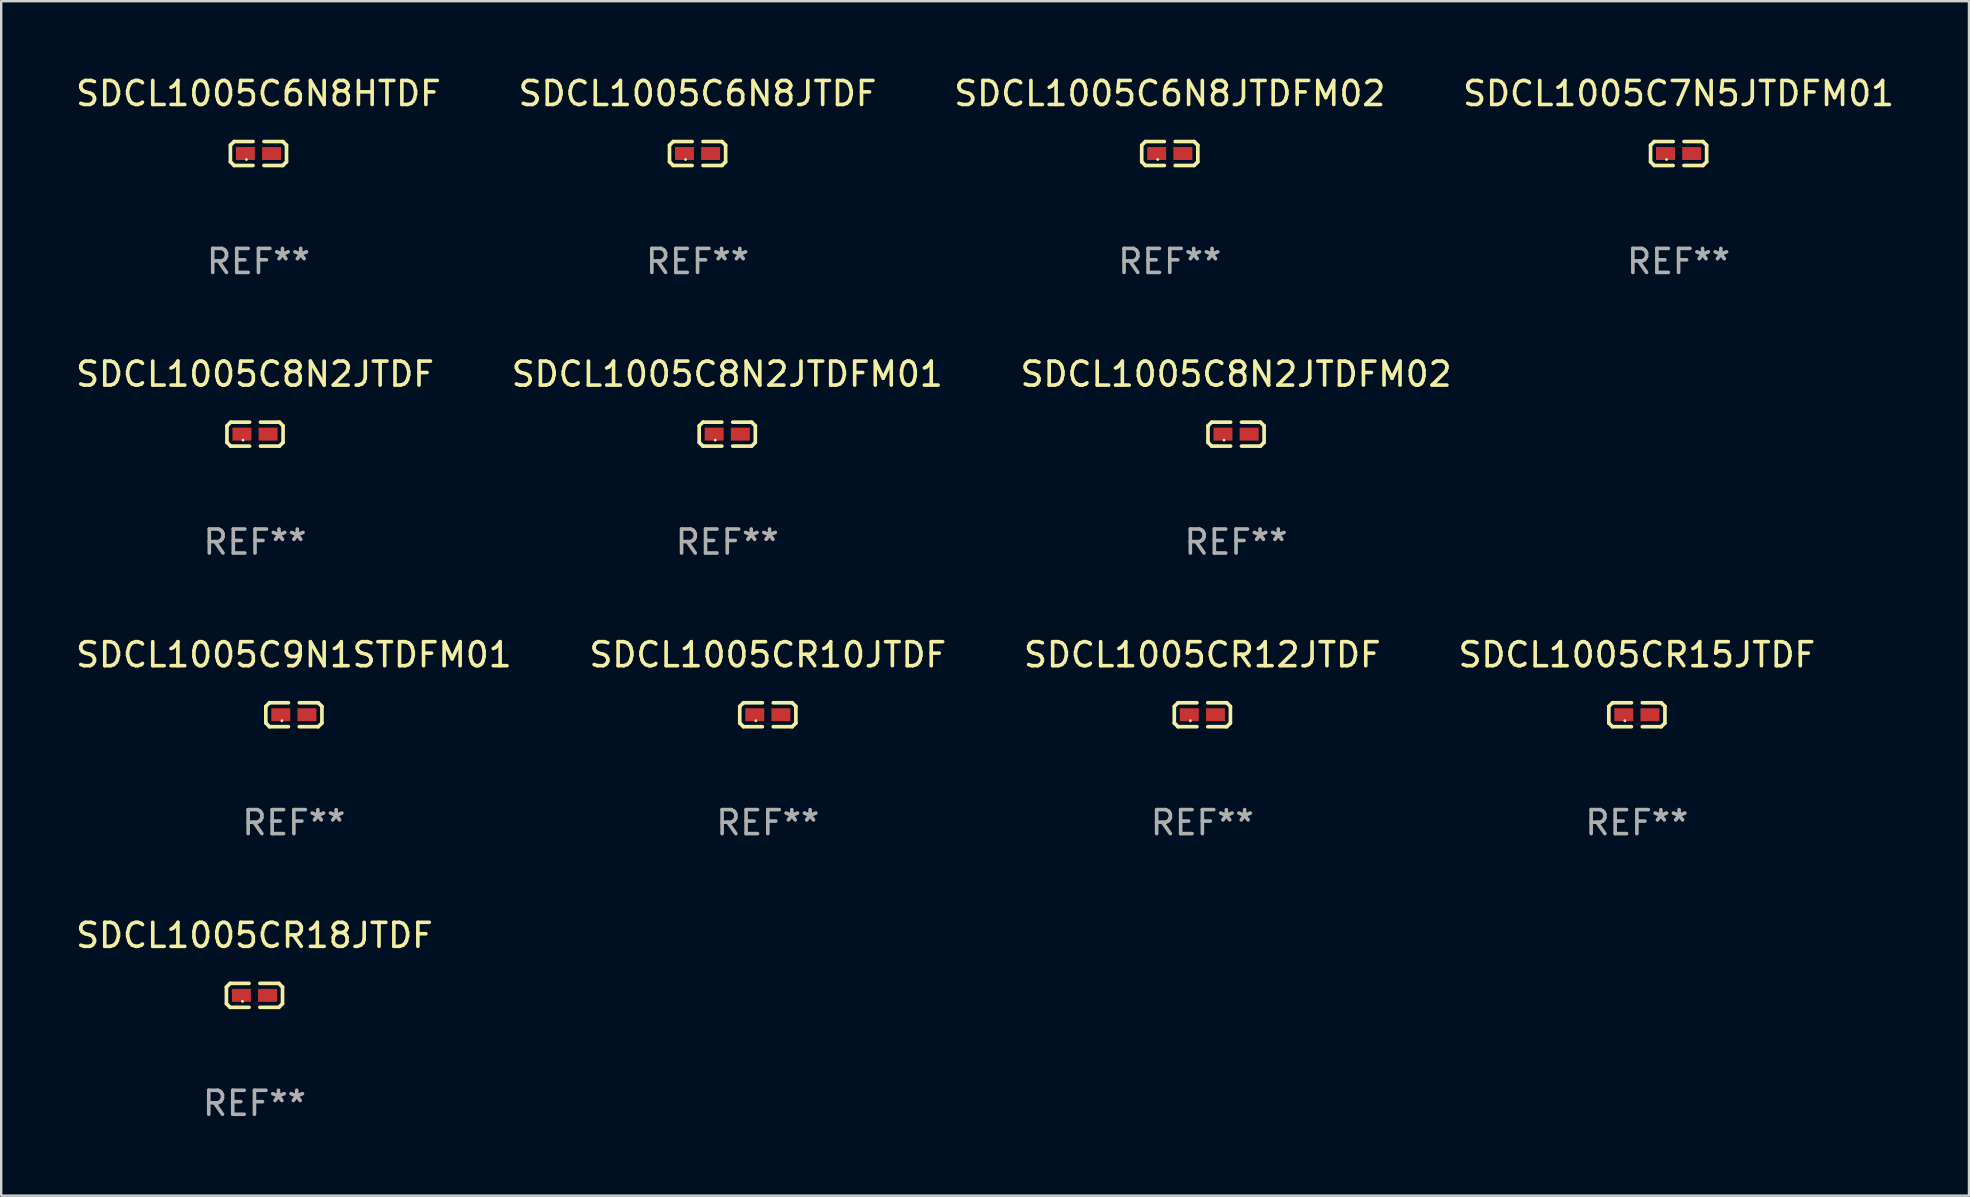
<source format=kicad_pcb>
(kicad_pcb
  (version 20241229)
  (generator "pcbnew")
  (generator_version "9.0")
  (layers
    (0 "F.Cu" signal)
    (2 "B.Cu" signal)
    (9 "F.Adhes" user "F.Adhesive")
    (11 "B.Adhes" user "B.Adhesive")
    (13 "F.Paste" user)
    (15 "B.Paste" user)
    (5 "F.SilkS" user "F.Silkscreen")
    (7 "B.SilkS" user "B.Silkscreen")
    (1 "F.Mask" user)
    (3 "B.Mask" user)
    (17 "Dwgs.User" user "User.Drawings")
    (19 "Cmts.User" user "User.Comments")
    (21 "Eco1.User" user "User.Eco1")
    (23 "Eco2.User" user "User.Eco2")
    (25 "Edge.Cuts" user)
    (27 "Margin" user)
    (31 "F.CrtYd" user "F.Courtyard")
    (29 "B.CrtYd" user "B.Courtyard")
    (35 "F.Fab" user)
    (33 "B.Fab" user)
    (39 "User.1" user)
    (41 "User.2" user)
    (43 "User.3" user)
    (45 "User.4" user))
  (footprint "SDCL1005CR12JTDF"
    (layer "F.Cu")
    (at 47.054 26.734)
    (property "Reference" "SDCL1005CR12JTDF" (at 0 -2.499 0) (layer "F.SilkS") (effects (font (size 1 1) (thickness 0.15))))
    (attr through_hole)
    (fp_line (start -1.169 -0.346) (end -1.016 -0.499) (stroke (width 0.152) (type solid)) (layer "F.SilkS"))
    (fp_line (start -1.169 0.346) (end -1.169 -0.346) (stroke (width 0.152) (type solid)) (layer "F.SilkS"))
    (fp_line (start -1.016 -0.499) (end -0.226 -0.499) (stroke (width 0.152) (type solid)) (layer "F.SilkS"))
    (fp_line (start -1.016 0.499) (end -1.169 0.346) (stroke (width 0.152) (type solid)) (layer "F.SilkS"))
    (fp_line (start -0.226 0.499) (end -1.016 0.499) (stroke (width 0.152) (type solid)) (layer "F.SilkS"))
    (fp_line (start 0.226 0.499) (end 1.016 0.499) (stroke (width 0.152) (type solid)) (layer "F.SilkS"))
    (fp_line (start 1.016 -0.499) (end 0.226 -0.499) (stroke (width 0.152) (type solid)) (layer "F.SilkS"))
    (fp_line (start 1.016 0.499) (end 1.169 0.346) (stroke (width 0.152) (type solid)) (layer "F.SilkS"))
    (fp_line (start 1.169 -0.346) (end 1.016 -0.499) (stroke (width 0.152) (type solid)) (layer "F.SilkS"))
    (fp_line (start 1.169 0.346) (end 1.169 -0.346) (stroke (width 0.152) (type solid)) (layer "F.SilkS"))
    (fp_circle (center -0.5 0.25) (end -0.47 0.25) (stroke (width 0.06) (type solid)) (fill no) (layer "F.SilkS"))
    (fp_text user "REF**" (at 0 4.499 0) (layer "F.Fab") (effects (font (size 1 1) (thickness 0.15))))
    (pad "1" smd rect (at -0.545 0) (size 0.79 0.54) (layers "F.Cu" "F.Mask" "F.Paste"))
    (pad "2" smd rect (at 0.545 0) (size 0.79 0.54) (layers "F.Cu" "F.Mask" "F.Paste")))
  (footprint "SDCL1005CR18JTDF"
    (layer "F.Cu")
    (at 7.554 38.428)
    (property "Reference" "SDCL1005CR18JTDF" (at 0 -2.499 0) (layer "F.SilkS") (effects (font (size 1 1) (thickness 0.15))))
    (attr through_hole)
    (fp_line (start -1.169 -0.346) (end -1.016 -0.499) (stroke (width 0.152) (type solid)) (layer "F.SilkS"))
    (fp_line (start -1.169 0.346) (end -1.169 -0.346) (stroke (width 0.152) (type solid)) (layer "F.SilkS"))
    (fp_line (start -1.016 -0.499) (end -0.226 -0.499) (stroke (width 0.152) (type solid)) (layer "F.SilkS"))
    (fp_line (start -1.016 0.499) (end -1.169 0.346) (stroke (width 0.152) (type solid)) (layer "F.SilkS"))
    (fp_line (start -0.226 0.499) (end -1.016 0.499) (stroke (width 0.152) (type solid)) (layer "F.SilkS"))
    (fp_line (start 0.226 0.499) (end 1.016 0.499) (stroke (width 0.152) (type solid)) (layer "F.SilkS"))
    (fp_line (start 1.016 -0.499) (end 0.226 -0.499) (stroke (width 0.152) (type solid)) (layer "F.SilkS"))
    (fp_line (start 1.016 0.499) (end 1.169 0.346) (stroke (width 0.152) (type solid)) (layer "F.SilkS"))
    (fp_line (start 1.169 -0.346) (end 1.016 -0.499) (stroke (width 0.152) (type solid)) (layer "F.SilkS"))
    (fp_line (start 1.169 0.346) (end 1.169 -0.346) (stroke (width 0.152) (type solid)) (layer "F.SilkS"))
    (fp_circle (center -0.5 0.25) (end -0.47 0.25) (stroke (width 0.06) (type solid)) (fill no) (layer "F.SilkS"))
    (fp_text user "REF**" (at 0 4.499 0) (layer "F.Fab") (effects (font (size 1 1) (thickness 0.15))))
    (pad "1" smd rect (at -0.545 0) (size 0.79 0.54) (layers "F.Cu" "F.Mask" "F.Paste"))
    (pad "2" smd rect (at 0.545 0) (size 0.79 0.54) (layers "F.Cu" "F.Mask" "F.Paste")))
  (footprint "SDCL1005C7N5JTDFM01"
    (layer "F.Cu")
    (at 66.899 3.347)
    (property "Reference" "SDCL1005C7N5JTDFM01" (at 0 -2.499 0) (layer "F.SilkS") (effects (font (size 1 1) (thickness 0.15))))
    (attr through_hole)
    (fp_line (start -1.169 -0.346) (end -1.016 -0.499) (stroke (width 0.152) (type solid)) (layer "F.SilkS"))
    (fp_line (start -1.169 0.346) (end -1.169 -0.346) (stroke (width 0.152) (type solid)) (layer "F.SilkS"))
    (fp_line (start -1.016 -0.499) (end -0.226 -0.499) (stroke (width 0.152) (type solid)) (layer "F.SilkS"))
    (fp_line (start -1.016 0.499) (end -1.169 0.346) (stroke (width 0.152) (type solid)) (layer "F.SilkS"))
    (fp_line (start -0.226 0.499) (end -1.016 0.499) (stroke (width 0.152) (type solid)) (layer "F.SilkS"))
    (fp_line (start 0.226 0.499) (end 1.016 0.499) (stroke (width 0.152) (type solid)) (layer "F.SilkS"))
    (fp_line (start 1.016 -0.499) (end 0.226 -0.499) (stroke (width 0.152) (type solid)) (layer "F.SilkS"))
    (fp_line (start 1.016 0.499) (end 1.169 0.346) (stroke (width 0.152) (type solid)) (layer "F.SilkS"))
    (fp_line (start 1.169 -0.346) (end 1.016 -0.499) (stroke (width 0.152) (type solid)) (layer "F.SilkS"))
    (fp_line (start 1.169 0.346) (end 1.169 -0.346) (stroke (width 0.152) (type solid)) (layer "F.SilkS"))
    (fp_circle (center -0.5 0.25) (end -0.47 0.25) (stroke (width 0.06) (type solid)) (fill no) (layer "F.SilkS"))
    (fp_text user "REF**" (at 0 4.499 0) (layer "F.Fab") (effects (font (size 1 1) (thickness 0.15))))
    (pad "1" smd rect (at -0.545 0) (size 0.79 0.54) (layers "F.Cu" "F.Mask" "F.Paste"))
    (pad "2" smd rect (at 0.545 0) (size 0.79 0.54) (layers "F.Cu" "F.Mask" "F.Paste")))
  (footprint "SDCL1005C8N2JTDF"
    (layer "F.Cu")
    (at 7.577 15.041)
    (property "Reference" "SDCL1005C8N2JTDF" (at 0 -2.499 0) (layer "F.SilkS") (effects (font (size 1 1) (thickness 0.15))))
    (attr through_hole)
    (fp_line (start -1.169 -0.346) (end -1.016 -0.499) (stroke (width 0.152) (type solid)) (layer "F.SilkS"))
    (fp_line (start -1.169 0.346) (end -1.169 -0.346) (stroke (width 0.152) (type solid)) (layer "F.SilkS"))
    (fp_line (start -1.016 -0.499) (end -0.226 -0.499) (stroke (width 0.152) (type solid)) (layer "F.SilkS"))
    (fp_line (start -1.016 0.499) (end -1.169 0.346) (stroke (width 0.152) (type solid)) (layer "F.SilkS"))
    (fp_line (start -0.226 0.499) (end -1.016 0.499) (stroke (width 0.152) (type solid)) (layer "F.SilkS"))
    (fp_line (start 0.226 0.499) (end 1.016 0.499) (stroke (width 0.152) (type solid)) (layer "F.SilkS"))
    (fp_line (start 1.016 -0.499) (end 0.226 -0.499) (stroke (width 0.152) (type solid)) (layer "F.SilkS"))
    (fp_line (start 1.016 0.499) (end 1.169 0.346) (stroke (width 0.152) (type solid)) (layer "F.SilkS"))
    (fp_line (start 1.169 -0.346) (end 1.016 -0.499) (stroke (width 0.152) (type solid)) (layer "F.SilkS"))
    (fp_line (start 1.169 0.346) (end 1.169 -0.346) (stroke (width 0.152) (type solid)) (layer "F.SilkS"))
    (fp_circle (center -0.5 0.25) (end -0.47 0.25) (stroke (width 0.06) (type solid)) (fill no) (layer "F.SilkS"))
    (fp_text user "REF**" (at 0 4.499 0) (layer "F.Fab") (effects (font (size 1 1) (thickness 0.15))))
    (pad "1" smd rect (at -0.545 0) (size 0.79 0.54) (layers "F.Cu" "F.Mask" "F.Paste"))
    (pad "2" smd rect (at 0.545 0) (size 0.79 0.54) (layers "F.Cu" "F.Mask" "F.Paste")))
  (footprint "SDCL1005C6N8JTDF"
    (layer "F.Cu")
    (at 26.018 3.347)
    (property "Reference" "SDCL1005C6N8JTDF" (at 0 -2.499 0) (layer "F.SilkS") (effects (font (size 1 1) (thickness 0.15))))
    (attr through_hole)
    (fp_line (start -1.169 -0.346) (end -1.016 -0.499) (stroke (width 0.152) (type solid)) (layer "F.SilkS"))
    (fp_line (start -1.169 0.346) (end -1.169 -0.346) (stroke (width 0.152) (type solid)) (layer "F.SilkS"))
    (fp_line (start -1.016 -0.499) (end -0.226 -0.499) (stroke (width 0.152) (type solid)) (layer "F.SilkS"))
    (fp_line (start -1.016 0.499) (end -1.169 0.346) (stroke (width 0.152) (type solid)) (layer "F.SilkS"))
    (fp_line (start -0.226 0.499) (end -1.016 0.499) (stroke (width 0.152) (type solid)) (layer "F.SilkS"))
    (fp_line (start 0.226 0.499) (end 1.016 0.499) (stroke (width 0.152) (type solid)) (layer "F.SilkS"))
    (fp_line (start 1.016 -0.499) (end 0.226 -0.499) (stroke (width 0.152) (type solid)) (layer "F.SilkS"))
    (fp_line (start 1.016 0.499) (end 1.169 0.346) (stroke (width 0.152) (type solid)) (layer "F.SilkS"))
    (fp_line (start 1.169 -0.346) (end 1.016 -0.499) (stroke (width 0.152) (type solid)) (layer "F.SilkS"))
    (fp_line (start 1.169 0.346) (end 1.169 -0.346) (stroke (width 0.152) (type solid)) (layer "F.SilkS"))
    (fp_circle (center -0.5 0.25) (end -0.47 0.25) (stroke (width 0.06) (type solid)) (fill no) (layer "F.SilkS"))
    (fp_text user "REF**" (at 0 4.499 0) (layer "F.Fab") (effects (font (size 1 1) (thickness 0.15))))
    (pad "1" smd rect (at -0.545 0) (size 0.79 0.54) (layers "F.Cu" "F.Mask" "F.Paste"))
    (pad "2" smd rect (at 0.545 0) (size 0.79 0.54) (layers "F.Cu" "F.Mask" "F.Paste")))
  (footprint "SDCL1005C6N8HTDF"
    (layer "F.Cu")
    (at 7.72 3.347)
    (property "Reference" "SDCL1005C6N8HTDF" (at 0 -2.499 0) (layer "F.SilkS") (effects (font (size 1 1) (thickness 0.15))))
    (attr through_hole)
    (fp_line (start -1.169 -0.346) (end -1.016 -0.499) (stroke (width 0.152) (type solid)) (layer "F.SilkS"))
    (fp_line (start -1.169 0.346) (end -1.169 -0.346) (stroke (width 0.152) (type solid)) (layer "F.SilkS"))
    (fp_line (start -1.016 -0.499) (end -0.226 -0.499) (stroke (width 0.152) (type solid)) (layer "F.SilkS"))
    (fp_line (start -1.016 0.499) (end -1.169 0.346) (stroke (width 0.152) (type solid)) (layer "F.SilkS"))
    (fp_line (start -0.226 0.499) (end -1.016 0.499) (stroke (width 0.152) (type solid)) (layer "F.SilkS"))
    (fp_line (start 0.226 0.499) (end 1.016 0.499) (stroke (width 0.152) (type solid)) (layer "F.SilkS"))
    (fp_line (start 1.016 -0.499) (end 0.226 -0.499) (stroke (width 0.152) (type solid)) (layer "F.SilkS"))
    (fp_line (start 1.016 0.499) (end 1.169 0.346) (stroke (width 0.152) (type solid)) (layer "F.SilkS"))
    (fp_line (start 1.169 -0.346) (end 1.016 -0.499) (stroke (width 0.152) (type solid)) (layer "F.SilkS"))
    (fp_line (start 1.169 0.346) (end 1.169 -0.346) (stroke (width 0.152) (type solid)) (layer "F.SilkS"))
    (fp_circle (center -0.5 0.25) (end -0.47 0.25) (stroke (width 0.06) (type solid)) (fill no) (layer "F.SilkS"))
    (fp_text user "REF**" (at 0 4.499 0) (layer "F.Fab") (effects (font (size 1 1) (thickness 0.15))))
    (pad "1" smd rect (at -0.545 0) (size 0.79 0.54) (layers "F.Cu" "F.Mask" "F.Paste"))
    (pad "2" smd rect (at 0.545 0) (size 0.79 0.54) (layers "F.Cu" "F.Mask" "F.Paste")))
  (footprint "SDCL1005C9N1STDFM01"
    (layer "F.Cu")
    (at 9.196 26.734)
    (property "Reference" "SDCL1005C9N1STDFM01" (at 0 -2.499 0) (layer "F.SilkS") (effects (font (size 1 1) (thickness 0.15))))
    (attr through_hole)
    (fp_line (start -1.169 -0.346) (end -1.016 -0.499) (stroke (width 0.152) (type solid)) (layer "F.SilkS"))
    (fp_line (start -1.169 0.346) (end -1.169 -0.346) (stroke (width 0.152) (type solid)) (layer "F.SilkS"))
    (fp_line (start -1.016 -0.499) (end -0.226 -0.499) (stroke (width 0.152) (type solid)) (layer "F.SilkS"))
    (fp_line (start -1.016 0.499) (end -1.169 0.346) (stroke (width 0.152) (type solid)) (layer "F.SilkS"))
    (fp_line (start -0.226 0.499) (end -1.016 0.499) (stroke (width 0.152) (type solid)) (layer "F.SilkS"))
    (fp_line (start 0.226 0.499) (end 1.016 0.499) (stroke (width 0.152) (type solid)) (layer "F.SilkS"))
    (fp_line (start 1.016 -0.499) (end 0.226 -0.499) (stroke (width 0.152) (type solid)) (layer "F.SilkS"))
    (fp_line (start 1.016 0.499) (end 1.169 0.346) (stroke (width 0.152) (type solid)) (layer "F.SilkS"))
    (fp_line (start 1.169 -0.346) (end 1.016 -0.499) (stroke (width 0.152) (type solid)) (layer "F.SilkS"))
    (fp_line (start 1.169 0.346) (end 1.169 -0.346) (stroke (width 0.152) (type solid)) (layer "F.SilkS"))
    (fp_circle (center -0.5 0.25) (end -0.47 0.25) (stroke (width 0.06) (type solid)) (fill no) (layer "F.SilkS"))
    (fp_text user "REF**" (at 0 4.499 0) (layer "F.Fab") (effects (font (size 1 1) (thickness 0.15))))
    (pad "1" smd rect (at -0.545 0) (size 0.79 0.54) (layers "F.Cu" "F.Mask" "F.Paste"))
    (pad "2" smd rect (at 0.545 0) (size 0.79 0.54) (layers "F.Cu" "F.Mask" "F.Paste")))
  (footprint "SDCL1005CR15JTDF"
    (layer "F.Cu")
    (at 65.161 26.734)
    (property "Reference" "SDCL1005CR15JTDF" (at 0 -2.499 0) (layer "F.SilkS") (effects (font (size 1 1) (thickness 0.15))))
    (attr through_hole)
    (fp_line (start -1.169 -0.346) (end -1.016 -0.499) (stroke (width 0.152) (type solid)) (layer "F.SilkS"))
    (fp_line (start -1.169 0.346) (end -1.169 -0.346) (stroke (width 0.152) (type solid)) (layer "F.SilkS"))
    (fp_line (start -1.016 -0.499) (end -0.226 -0.499) (stroke (width 0.152) (type solid)) (layer "F.SilkS"))
    (fp_line (start -1.016 0.499) (end -1.169 0.346) (stroke (width 0.152) (type solid)) (layer "F.SilkS"))
    (fp_line (start -0.226 0.499) (end -1.016 0.499) (stroke (width 0.152) (type solid)) (layer "F.SilkS"))
    (fp_line (start 0.226 0.499) (end 1.016 0.499) (stroke (width 0.152) (type solid)) (layer "F.SilkS"))
    (fp_line (start 1.016 -0.499) (end 0.226 -0.499) (stroke (width 0.152) (type solid)) (layer "F.SilkS"))
    (fp_line (start 1.016 0.499) (end 1.169 0.346) (stroke (width 0.152) (type solid)) (layer "F.SilkS"))
    (fp_line (start 1.169 -0.346) (end 1.016 -0.499) (stroke (width 0.152) (type solid)) (layer "F.SilkS"))
    (fp_line (start 1.169 0.346) (end 1.169 -0.346) (stroke (width 0.152) (type solid)) (layer "F.SilkS"))
    (fp_circle (center -0.5 0.25) (end -0.47 0.25) (stroke (width 0.06) (type solid)) (fill no) (layer "F.SilkS"))
    (fp_text user "REF**" (at 0 4.499 0) (layer "F.Fab") (effects (font (size 1 1) (thickness 0.15))))
    (pad "1" smd rect (at -0.545 0) (size 0.79 0.54) (layers "F.Cu" "F.Mask" "F.Paste"))
    (pad "2" smd rect (at 0.545 0) (size 0.79 0.54) (layers "F.Cu" "F.Mask" "F.Paste")))
  (footprint "SDCL1005CR10JTDF"
    (layer "F.Cu")
    (at 28.946 26.734)
    (property "Reference" "SDCL1005CR10JTDF" (at 0 -2.499 0) (layer "F.SilkS") (effects (font (size 1 1) (thickness 0.15))))
    (attr through_hole)
    (fp_line (start -1.169 -0.346) (end -1.016 -0.499) (stroke (width 0.152) (type solid)) (layer "F.SilkS"))
    (fp_line (start -1.169 0.346) (end -1.169 -0.346) (stroke (width 0.152) (type solid)) (layer "F.SilkS"))
    (fp_line (start -1.016 -0.499) (end -0.226 -0.499) (stroke (width 0.152) (type solid)) (layer "F.SilkS"))
    (fp_line (start -1.016 0.499) (end -1.169 0.346) (stroke (width 0.152) (type solid)) (layer "F.SilkS"))
    (fp_line (start -0.226 0.499) (end -1.016 0.499) (stroke (width 0.152) (type solid)) (layer "F.SilkS"))
    (fp_line (start 0.226 0.499) (end 1.016 0.499) (stroke (width 0.152) (type solid)) (layer "F.SilkS"))
    (fp_line (start 1.016 -0.499) (end 0.226 -0.499) (stroke (width 0.152) (type solid)) (layer "F.SilkS"))
    (fp_line (start 1.016 0.499) (end 1.169 0.346) (stroke (width 0.152) (type solid)) (layer "F.SilkS"))
    (fp_line (start 1.169 -0.346) (end 1.016 -0.499) (stroke (width 0.152) (type solid)) (layer "F.SilkS"))
    (fp_line (start 1.169 0.346) (end 1.169 -0.346) (stroke (width 0.152) (type solid)) (layer "F.SilkS"))
    (fp_circle (center -0.5 0.25) (end -0.47 0.25) (stroke (width 0.06) (type solid)) (fill no) (layer "F.SilkS"))
    (fp_text user "REF**" (at 0 4.499 0) (layer "F.Fab") (effects (font (size 1 1) (thickness 0.15))))
    (pad "1" smd rect (at -0.545 0) (size 0.79 0.54) (layers "F.Cu" "F.Mask" "F.Paste"))
    (pad "2" smd rect (at 0.545 0) (size 0.79 0.54) (layers "F.Cu" "F.Mask" "F.Paste")))
  (footprint "SDCL1005C8N2JTDFM02"
    (layer "F.Cu")
    (at 48.458 15.041)
    (property "Reference" "SDCL1005C8N2JTDFM02" (at 0 -2.499 0) (layer "F.SilkS") (effects (font (size 1 1) (thickness 0.15))))
    (attr through_hole)
    (fp_line (start -1.169 -0.346) (end -1.016 -0.499) (stroke (width 0.152) (type solid)) (layer "F.SilkS"))
    (fp_line (start -1.169 0.346) (end -1.169 -0.346) (stroke (width 0.152) (type solid)) (layer "F.SilkS"))
    (fp_line (start -1.016 -0.499) (end -0.226 -0.499) (stroke (width 0.152) (type solid)) (layer "F.SilkS"))
    (fp_line (start -1.016 0.499) (end -1.169 0.346) (stroke (width 0.152) (type solid)) (layer "F.SilkS"))
    (fp_line (start -0.226 0.499) (end -1.016 0.499) (stroke (width 0.152) (type solid)) (layer "F.SilkS"))
    (fp_line (start 0.226 0.499) (end 1.016 0.499) (stroke (width 0.152) (type solid)) (layer "F.SilkS"))
    (fp_line (start 1.016 -0.499) (end 0.226 -0.499) (stroke (width 0.152) (type solid)) (layer "F.SilkS"))
    (fp_line (start 1.016 0.499) (end 1.169 0.346) (stroke (width 0.152) (type solid)) (layer "F.SilkS"))
    (fp_line (start 1.169 -0.346) (end 1.016 -0.499) (stroke (width 0.152) (type solid)) (layer "F.SilkS"))
    (fp_line (start 1.169 0.346) (end 1.169 -0.346) (stroke (width 0.152) (type solid)) (layer "F.SilkS"))
    (fp_circle (center -0.5 0.25) (end -0.47 0.25) (stroke (width 0.06) (type solid)) (fill no) (layer "F.SilkS"))
    (fp_text user "REF**" (at 0 4.499 0) (layer "F.Fab") (effects (font (size 1 1) (thickness 0.15))))
    (pad "1" smd rect (at -0.545 0) (size 0.79 0.54) (layers "F.Cu" "F.Mask" "F.Paste"))
    (pad "2" smd rect (at 0.545 0) (size 0.79 0.54) (layers "F.Cu" "F.Mask" "F.Paste")))
  (footprint "SDCL1005C8N2JTDFM01"
    (layer "F.Cu")
    (at 27.256 15.041)
    (property "Reference" "SDCL1005C8N2JTDFM01" (at 0 -2.499 0) (layer "F.SilkS") (effects (font (size 1 1) (thickness 0.15))))
    (attr through_hole)
    (fp_line (start -1.169 -0.346) (end -1.016 -0.499) (stroke (width 0.152) (type solid)) (layer "F.SilkS"))
    (fp_line (start -1.169 0.346) (end -1.169 -0.346) (stroke (width 0.152) (type solid)) (layer "F.SilkS"))
    (fp_line (start -1.016 -0.499) (end -0.226 -0.499) (stroke (width 0.152) (type solid)) (layer "F.SilkS"))
    (fp_line (start -1.016 0.499) (end -1.169 0.346) (stroke (width 0.152) (type solid)) (layer "F.SilkS"))
    (fp_line (start -0.226 0.499) (end -1.016 0.499) (stroke (width 0.152) (type solid)) (layer "F.SilkS"))
    (fp_line (start 0.226 0.499) (end 1.016 0.499) (stroke (width 0.152) (type solid)) (layer "F.SilkS"))
    (fp_line (start 1.016 -0.499) (end 0.226 -0.499) (stroke (width 0.152) (type solid)) (layer "F.SilkS"))
    (fp_line (start 1.016 0.499) (end 1.169 0.346) (stroke (width 0.152) (type solid)) (layer "F.SilkS"))
    (fp_line (start 1.169 -0.346) (end 1.016 -0.499) (stroke (width 0.152) (type solid)) (layer "F.SilkS"))
    (fp_line (start 1.169 0.346) (end 1.169 -0.346) (stroke (width 0.152) (type solid)) (layer "F.SilkS"))
    (fp_circle (center -0.5 0.25) (end -0.47 0.25) (stroke (width 0.06) (type solid)) (fill no) (layer "F.SilkS"))
    (fp_text user "REF**" (at 0 4.499 0) (layer "F.Fab") (effects (font (size 1 1) (thickness 0.15))))
    (pad "1" smd rect (at -0.545 0) (size 0.79 0.54) (layers "F.Cu" "F.Mask" "F.Paste"))
    (pad "2" smd rect (at 0.545 0) (size 0.79 0.54) (layers "F.Cu" "F.Mask" "F.Paste")))
  (footprint "SDCL1005C6N8JTDFM02"
    (layer "F.Cu")
    (at 45.696 3.347)
    (property "Reference" "SDCL1005C6N8JTDFM02" (at 0 -2.499 0) (layer "F.SilkS") (effects (font (size 1 1) (thickness 0.15))))
    (attr through_hole)
    (fp_line (start -1.169 -0.346) (end -1.016 -0.499) (stroke (width 0.152) (type solid)) (layer "F.SilkS"))
    (fp_line (start -1.169 0.346) (end -1.169 -0.346) (stroke (width 0.152) (type solid)) (layer "F.SilkS"))
    (fp_line (start -1.016 -0.499) (end -0.226 -0.499) (stroke (width 0.152) (type solid)) (layer "F.SilkS"))
    (fp_line (start -1.016 0.499) (end -1.169 0.346) (stroke (width 0.152) (type solid)) (layer "F.SilkS"))
    (fp_line (start -0.226 0.499) (end -1.016 0.499) (stroke (width 0.152) (type solid)) (layer "F.SilkS"))
    (fp_line (start 0.226 0.499) (end 1.016 0.499) (stroke (width 0.152) (type solid)) (layer "F.SilkS"))
    (fp_line (start 1.016 -0.499) (end 0.226 -0.499) (stroke (width 0.152) (type solid)) (layer "F.SilkS"))
    (fp_line (start 1.016 0.499) (end 1.169 0.346) (stroke (width 0.152) (type solid)) (layer "F.SilkS"))
    (fp_line (start 1.169 -0.346) (end 1.016 -0.499) (stroke (width 0.152) (type solid)) (layer "F.SilkS"))
    (fp_line (start 1.169 0.346) (end 1.169 -0.346) (stroke (width 0.152) (type solid)) (layer "F.SilkS"))
    (fp_circle (center -0.5 0.25) (end -0.47 0.25) (stroke (width 0.06) (type solid)) (fill no) (layer "F.SilkS"))
    (fp_text user "REF**" (at 0 4.499 0) (layer "F.Fab") (effects (font (size 1 1) (thickness 0.15))))
    (pad "1" smd rect (at -0.545 0) (size 0.79 0.54) (layers "F.Cu" "F.Mask" "F.Paste"))
    (pad "2" smd rect (at 0.545 0) (size 0.79 0.54) (layers "F.Cu" "F.Mask" "F.Paste")))
  (gr_rect
    (start -3 -3)
    (end 79 46.775)
    (stroke (width 0.1) (type default))
    (fill no)
    (layer "Edge.Cuts")))
</source>
